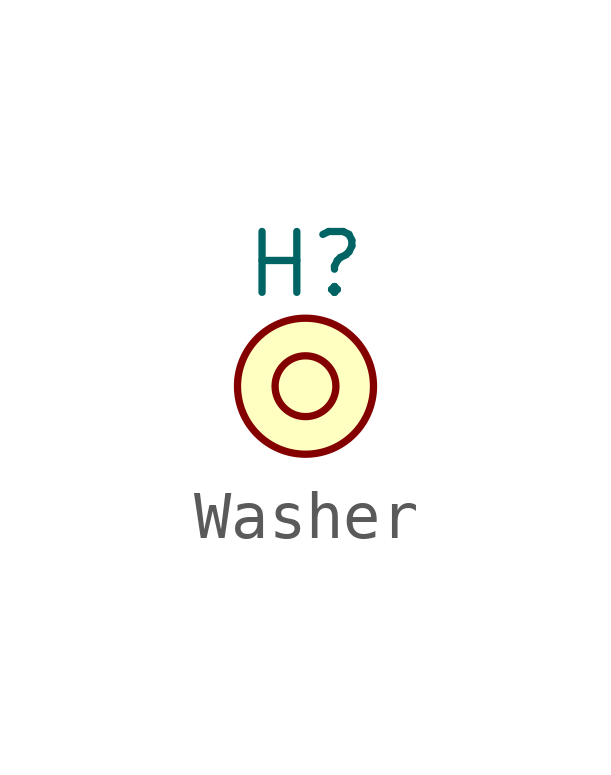
<source format=kicad_sym>
(kicad_symbol_lib
  (version 20220914)
  (generator kicad_symbol_editor)
  (symbol "Washer"
    (property "Reference" "H"
      (at 0 0 0)
      (effects (font (size 1.27 1.27))))
    (property "Value" ""
      (at 0 0 0)
      (effects (font (size 1.27 1.27))))
    (symbol "Washer_1_1"
      (circle (center 0 -2.54) (radius 1.42) (stroke (width 0) (type default)) (fill (type background)))
      (circle (center 0 -2.54) (radius 0.635) (stroke (width 0) (type default)) (fill (type color) (color 255 255 255 1))))))
</source>
